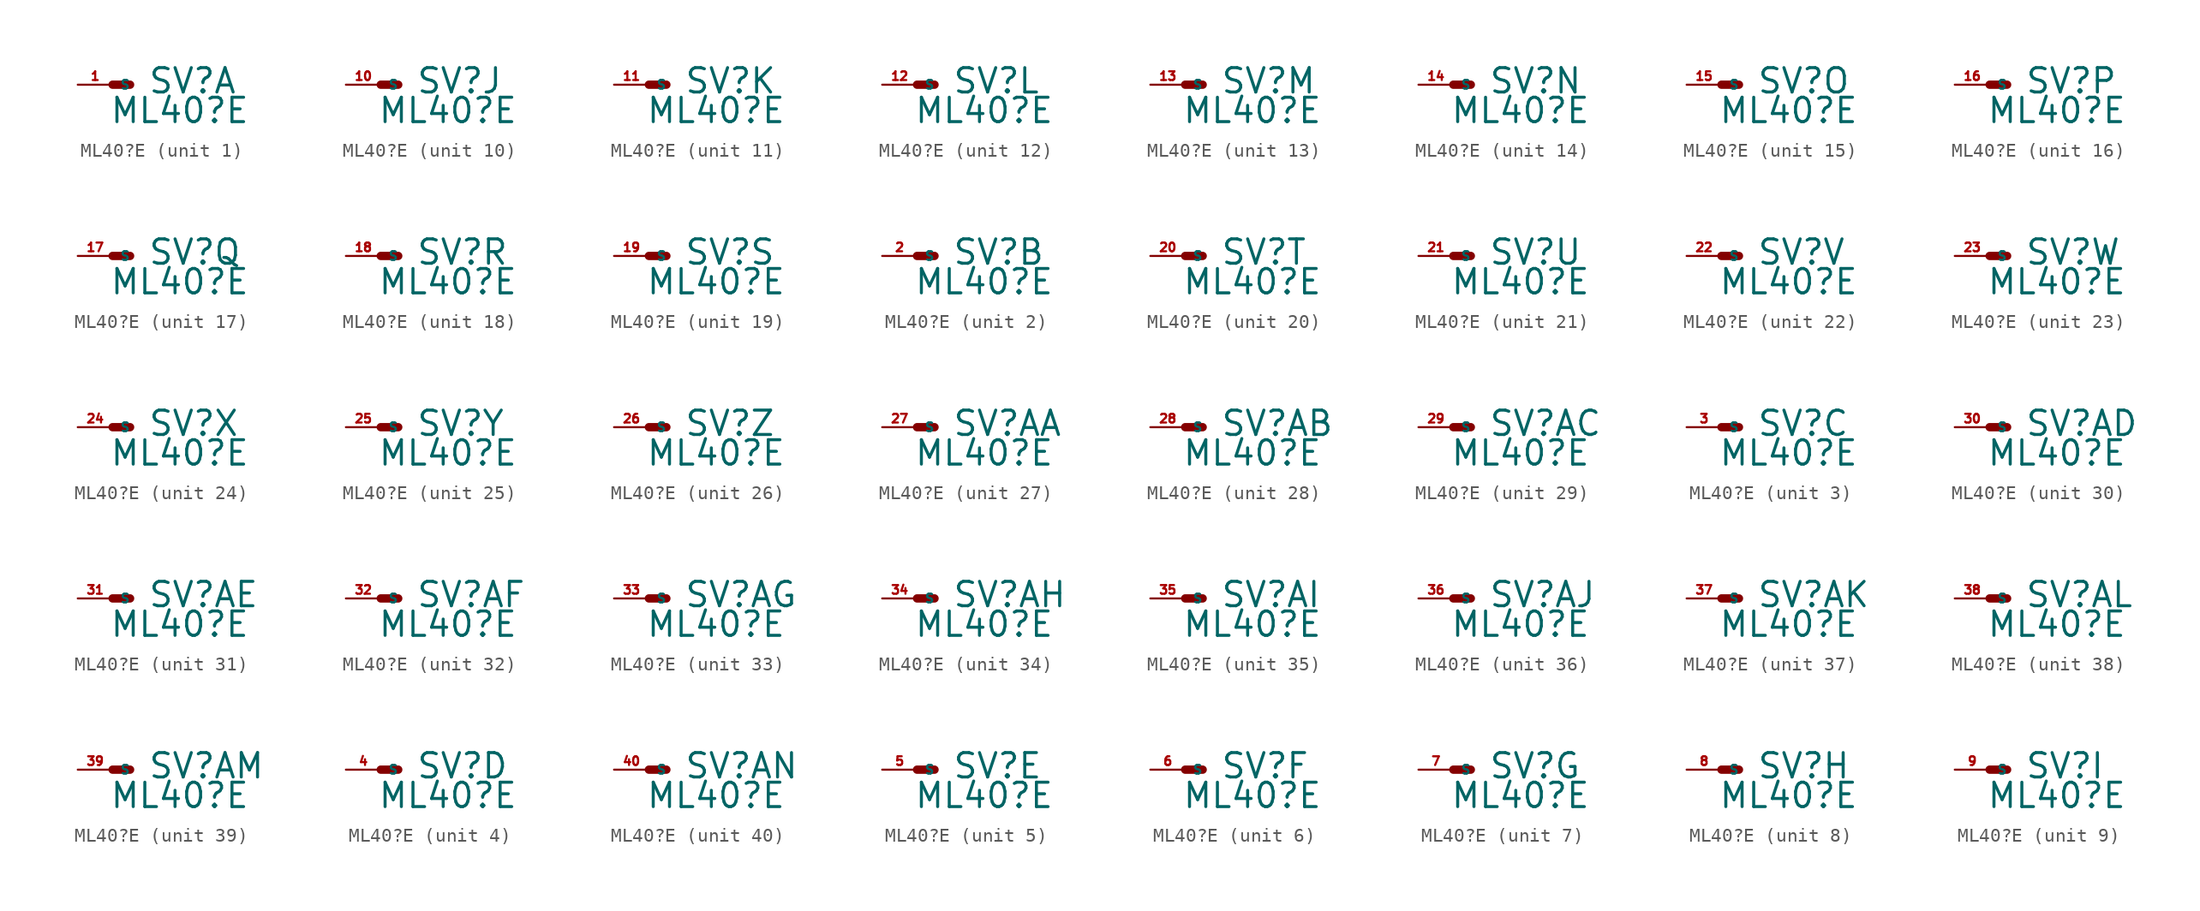
<source format=kicad_sym>
(kicad_symbol_lib
  (version 20220914)
  (generator Eagle2Kicad)
  (symbol "ML40?E"
    (property "Reference" "SV"
      (at 2.54 -0.762 0)
      (effects (font (size 1.778 1.778) (thickness 0.22)) (justify left bottom)))
    (property "Value" "ML40?E"
      (at -0.254 -2.921 0)
      (effects (font (size 1.778 1.778) (thickness 0.22)) (justify left bottom)))
    (symbol "ML40?E_1_0"
      (polyline (pts (xy 1.27 0) (xy 0 0)) (stroke (width 0.61) (type default)) (fill (type none)))
      (pin passive line (at -2.54 0 0) (length 2.54) (name "S" (effects (font (size 0.635 0.635) (thickness 0.08)) (justify left bottom))) (number "1" (effects (font (size 0.635 0.635) (thickness 0.08)) (justify left bottom)))))
    (symbol "ML40?E_2_0"
      (polyline (pts (xy 1.27 0) (xy 0 0)) (stroke (width 0.61) (type default)) (fill (type none)))
      (pin passive line (at -2.54 0 0) (length 2.54) (name "S" (effects (font (size 0.635 0.635) (thickness 0.08)) (justify left bottom))) (number "2" (effects (font (size 0.635 0.635) (thickness 0.08)) (justify left bottom)))))
    (symbol "ML40?E_3_0"
      (polyline (pts (xy 1.27 0) (xy 0 0)) (stroke (width 0.61) (type default)) (fill (type none)))
      (pin passive line (at -2.54 0 0) (length 2.54) (name "S" (effects (font (size 0.635 0.635) (thickness 0.08)) (justify left bottom))) (number "3" (effects (font (size 0.635 0.635) (thickness 0.08)) (justify left bottom)))))
    (symbol "ML40?E_4_0"
      (polyline (pts (xy 1.27 0) (xy 0 0)) (stroke (width 0.61) (type default)) (fill (type none)))
      (pin passive line (at -2.54 0 0) (length 2.54) (name "S" (effects (font (size 0.635 0.635) (thickness 0.08)) (justify left bottom))) (number "4" (effects (font (size 0.635 0.635) (thickness 0.08)) (justify left bottom)))))
    (symbol "ML40?E_5_0"
      (polyline (pts (xy 1.27 0) (xy 0 0)) (stroke (width 0.61) (type default)) (fill (type none)))
      (pin passive line (at -2.54 0 0) (length 2.54) (name "S" (effects (font (size 0.635 0.635) (thickness 0.08)) (justify left bottom))) (number "5" (effects (font (size 0.635 0.635) (thickness 0.08)) (justify left bottom)))))
    (symbol "ML40?E_6_0"
      (polyline (pts (xy 1.27 0) (xy 0 0)) (stroke (width 0.61) (type default)) (fill (type none)))
      (pin passive line (at -2.54 0 0) (length 2.54) (name "S" (effects (font (size 0.635 0.635) (thickness 0.08)) (justify left bottom))) (number "6" (effects (font (size 0.635 0.635) (thickness 0.08)) (justify left bottom)))))
    (symbol "ML40?E_7_0"
      (polyline (pts (xy 1.27 0) (xy 0 0)) (stroke (width 0.61) (type default)) (fill (type none)))
      (pin passive line (at -2.54 0 0) (length 2.54) (name "S" (effects (font (size 0.635 0.635) (thickness 0.08)) (justify left bottom))) (number "7" (effects (font (size 0.635 0.635) (thickness 0.08)) (justify left bottom)))))
    (symbol "ML40?E_8_0"
      (polyline (pts (xy 1.27 0) (xy 0 0)) (stroke (width 0.61) (type default)) (fill (type none)))
      (pin passive line (at -2.54 0 0) (length 2.54) (name "S" (effects (font (size 0.635 0.635) (thickness 0.08)) (justify left bottom))) (number "8" (effects (font (size 0.635 0.635) (thickness 0.08)) (justify left bottom)))))
    (symbol "ML40?E_9_0"
      (polyline (pts (xy 1.27 0) (xy 0 0)) (stroke (width 0.61) (type default)) (fill (type none)))
      (pin passive line (at -2.54 0 0) (length 2.54) (name "S" (effects (font (size 0.635 0.635) (thickness 0.08)) (justify left bottom))) (number "9" (effects (font (size 0.635 0.635) (thickness 0.08)) (justify left bottom)))))
    (symbol "ML40?E_10_0"
      (polyline (pts (xy 1.27 0) (xy 0 0)) (stroke (width 0.61) (type default)) (fill (type none)))
      (pin passive line (at -2.54 0 0) (length 2.54) (name "S" (effects (font (size 0.635 0.635) (thickness 0.08)) (justify left bottom))) (number "10" (effects (font (size 0.635 0.635) (thickness 0.08)) (justify left bottom)))))
    (symbol "ML40?E_11_0"
      (polyline (pts (xy 1.27 0) (xy 0 0)) (stroke (width 0.61) (type default)) (fill (type none)))
      (pin passive line (at -2.54 0 0) (length 2.54) (name "S" (effects (font (size 0.635 0.635) (thickness 0.08)) (justify left bottom))) (number "11" (effects (font (size 0.635 0.635) (thickness 0.08)) (justify left bottom)))))
    (symbol "ML40?E_12_0"
      (polyline (pts (xy 1.27 0) (xy 0 0)) (stroke (width 0.61) (type default)) (fill (type none)))
      (pin passive line (at -2.54 0 0) (length 2.54) (name "S" (effects (font (size 0.635 0.635) (thickness 0.08)) (justify left bottom))) (number "12" (effects (font (size 0.635 0.635) (thickness 0.08)) (justify left bottom)))))
    (symbol "ML40?E_13_0"
      (polyline (pts (xy 1.27 0) (xy 0 0)) (stroke (width 0.61) (type default)) (fill (type none)))
      (pin passive line (at -2.54 0 0) (length 2.54) (name "S" (effects (font (size 0.635 0.635) (thickness 0.08)) (justify left bottom))) (number "13" (effects (font (size 0.635 0.635) (thickness 0.08)) (justify left bottom)))))
    (symbol "ML40?E_14_0"
      (polyline (pts (xy 1.27 0) (xy 0 0)) (stroke (width 0.61) (type default)) (fill (type none)))
      (pin passive line (at -2.54 0 0) (length 2.54) (name "S" (effects (font (size 0.635 0.635) (thickness 0.08)) (justify left bottom))) (number "14" (effects (font (size 0.635 0.635) (thickness 0.08)) (justify left bottom)))))
    (symbol "ML40?E_15_0"
      (polyline (pts (xy 1.27 0) (xy 0 0)) (stroke (width 0.61) (type default)) (fill (type none)))
      (pin passive line (at -2.54 0 0) (length 2.54) (name "S" (effects (font (size 0.635 0.635) (thickness 0.08)) (justify left bottom))) (number "15" (effects (font (size 0.635 0.635) (thickness 0.08)) (justify left bottom)))))
    (symbol "ML40?E_16_0"
      (polyline (pts (xy 1.27 0) (xy 0 0)) (stroke (width 0.61) (type default)) (fill (type none)))
      (pin passive line (at -2.54 0 0) (length 2.54) (name "S" (effects (font (size 0.635 0.635) (thickness 0.08)) (justify left bottom))) (number "16" (effects (font (size 0.635 0.635) (thickness 0.08)) (justify left bottom)))))
    (symbol "ML40?E_17_0"
      (polyline (pts (xy 1.27 0) (xy 0 0)) (stroke (width 0.61) (type default)) (fill (type none)))
      (pin passive line (at -2.54 0 0) (length 2.54) (name "S" (effects (font (size 0.635 0.635) (thickness 0.08)) (justify left bottom))) (number "17" (effects (font (size 0.635 0.635) (thickness 0.08)) (justify left bottom)))))
    (symbol "ML40?E_18_0"
      (polyline (pts (xy 1.27 0) (xy 0 0)) (stroke (width 0.61) (type default)) (fill (type none)))
      (pin passive line (at -2.54 0 0) (length 2.54) (name "S" (effects (font (size 0.635 0.635) (thickness 0.08)) (justify left bottom))) (number "18" (effects (font (size 0.635 0.635) (thickness 0.08)) (justify left bottom)))))
    (symbol "ML40?E_19_0"
      (polyline (pts (xy 1.27 0) (xy 0 0)) (stroke (width 0.61) (type default)) (fill (type none)))
      (pin passive line (at -2.54 0 0) (length 2.54) (name "S" (effects (font (size 0.635 0.635) (thickness 0.08)) (justify left bottom))) (number "19" (effects (font (size 0.635 0.635) (thickness 0.08)) (justify left bottom)))))
    (symbol "ML40?E_20_0"
      (polyline (pts (xy 1.27 0) (xy 0 0)) (stroke (width 0.61) (type default)) (fill (type none)))
      (pin passive line (at -2.54 0 0) (length 2.54) (name "S" (effects (font (size 0.635 0.635) (thickness 0.08)) (justify left bottom))) (number "20" (effects (font (size 0.635 0.635) (thickness 0.08)) (justify left bottom)))))
    (symbol "ML40?E_21_0"
      (polyline (pts (xy 1.27 0) (xy 0 0)) (stroke (width 0.61) (type default)) (fill (type none)))
      (pin passive line (at -2.54 0 0) (length 2.54) (name "S" (effects (font (size 0.635 0.635) (thickness 0.08)) (justify left bottom))) (number "21" (effects (font (size 0.635 0.635) (thickness 0.08)) (justify left bottom)))))
    (symbol "ML40?E_22_0"
      (polyline (pts (xy 1.27 0) (xy 0 0)) (stroke (width 0.61) (type default)) (fill (type none)))
      (pin passive line (at -2.54 0 0) (length 2.54) (name "S" (effects (font (size 0.635 0.635) (thickness 0.08)) (justify left bottom))) (number "22" (effects (font (size 0.635 0.635) (thickness 0.08)) (justify left bottom)))))
    (symbol "ML40?E_23_0"
      (polyline (pts (xy 1.27 0) (xy 0 0)) (stroke (width 0.61) (type default)) (fill (type none)))
      (pin passive line (at -2.54 0 0) (length 2.54) (name "S" (effects (font (size 0.635 0.635) (thickness 0.08)) (justify left bottom))) (number "23" (effects (font (size 0.635 0.635) (thickness 0.08)) (justify left bottom)))))
    (symbol "ML40?E_24_0"
      (polyline (pts (xy 1.27 0) (xy 0 0)) (stroke (width 0.61) (type default)) (fill (type none)))
      (pin passive line (at -2.54 0 0) (length 2.54) (name "S" (effects (font (size 0.635 0.635) (thickness 0.08)) (justify left bottom))) (number "24" (effects (font (size 0.635 0.635) (thickness 0.08)) (justify left bottom)))))
    (symbol "ML40?E_25_0"
      (polyline (pts (xy 1.27 0) (xy 0 0)) (stroke (width 0.61) (type default)) (fill (type none)))
      (pin passive line (at -2.54 0 0) (length 2.54) (name "S" (effects (font (size 0.635 0.635) (thickness 0.08)) (justify left bottom))) (number "25" (effects (font (size 0.635 0.635) (thickness 0.08)) (justify left bottom)))))
    (symbol "ML40?E_26_0"
      (polyline (pts (xy 1.27 0) (xy 0 0)) (stroke (width 0.61) (type default)) (fill (type none)))
      (pin passive line (at -2.54 0 0) (length 2.54) (name "S" (effects (font (size 0.635 0.635) (thickness 0.08)) (justify left bottom))) (number "26" (effects (font (size 0.635 0.635) (thickness 0.08)) (justify left bottom)))))
    (symbol "ML40?E_27_0"
      (polyline (pts (xy 1.27 0) (xy 0 0)) (stroke (width 0.61) (type default)) (fill (type none)))
      (pin passive line (at -2.54 0 0) (length 2.54) (name "S" (effects (font (size 0.635 0.635) (thickness 0.08)) (justify left bottom))) (number "27" (effects (font (size 0.635 0.635) (thickness 0.08)) (justify left bottom)))))
    (symbol "ML40?E_28_0"
      (polyline (pts (xy 1.27 0) (xy 0 0)) (stroke (width 0.61) (type default)) (fill (type none)))
      (pin passive line (at -2.54 0 0) (length 2.54) (name "S" (effects (font (size 0.635 0.635) (thickness 0.08)) (justify left bottom))) (number "28" (effects (font (size 0.635 0.635) (thickness 0.08)) (justify left bottom)))))
    (symbol "ML40?E_29_0"
      (polyline (pts (xy 1.27 0) (xy 0 0)) (stroke (width 0.61) (type default)) (fill (type none)))
      (pin passive line (at -2.54 0 0) (length 2.54) (name "S" (effects (font (size 0.635 0.635) (thickness 0.08)) (justify left bottom))) (number "29" (effects (font (size 0.635 0.635) (thickness 0.08)) (justify left bottom)))))
    (symbol "ML40?E_30_0"
      (polyline (pts (xy 1.27 0) (xy 0 0)) (stroke (width 0.61) (type default)) (fill (type none)))
      (pin passive line (at -2.54 0 0) (length 2.54) (name "S" (effects (font (size 0.635 0.635) (thickness 0.08)) (justify left bottom))) (number "30" (effects (font (size 0.635 0.635) (thickness 0.08)) (justify left bottom)))))
    (symbol "ML40?E_31_0"
      (polyline (pts (xy 1.27 0) (xy 0 0)) (stroke (width 0.61) (type default)) (fill (type none)))
      (pin passive line (at -2.54 0 0) (length 2.54) (name "S" (effects (font (size 0.635 0.635) (thickness 0.08)) (justify left bottom))) (number "31" (effects (font (size 0.635 0.635) (thickness 0.08)) (justify left bottom)))))
    (symbol "ML40?E_32_0"
      (polyline (pts (xy 1.27 0) (xy 0 0)) (stroke (width 0.61) (type default)) (fill (type none)))
      (pin passive line (at -2.54 0 0) (length 2.54) (name "S" (effects (font (size 0.635 0.635) (thickness 0.08)) (justify left bottom))) (number "32" (effects (font (size 0.635 0.635) (thickness 0.08)) (justify left bottom)))))
    (symbol "ML40?E_33_0"
      (polyline (pts (xy 1.27 0) (xy 0 0)) (stroke (width 0.61) (type default)) (fill (type none)))
      (pin passive line (at -2.54 0 0) (length 2.54) (name "S" (effects (font (size 0.635 0.635) (thickness 0.08)) (justify left bottom))) (number "33" (effects (font (size 0.635 0.635) (thickness 0.08)) (justify left bottom)))))
    (symbol "ML40?E_34_0"
      (polyline (pts (xy 1.27 0) (xy 0 0)) (stroke (width 0.61) (type default)) (fill (type none)))
      (pin passive line (at -2.54 0 0) (length 2.54) (name "S" (effects (font (size 0.635 0.635) (thickness 0.08)) (justify left bottom))) (number "34" (effects (font (size 0.635 0.635) (thickness 0.08)) (justify left bottom)))))
    (symbol "ML40?E_35_0"
      (polyline (pts (xy 1.27 0) (xy 0 0)) (stroke (width 0.61) (type default)) (fill (type none)))
      (pin passive line (at -2.54 0 0) (length 2.54) (name "S" (effects (font (size 0.635 0.635) (thickness 0.08)) (justify left bottom))) (number "35" (effects (font (size 0.635 0.635) (thickness 0.08)) (justify left bottom)))))
    (symbol "ML40?E_36_0"
      (polyline (pts (xy 1.27 0) (xy 0 0)) (stroke (width 0.61) (type default)) (fill (type none)))
      (pin passive line (at -2.54 0 0) (length 2.54) (name "S" (effects (font (size 0.635 0.635) (thickness 0.08)) (justify left bottom))) (number "36" (effects (font (size 0.635 0.635) (thickness 0.08)) (justify left bottom)))))
    (symbol "ML40?E_37_0"
      (polyline (pts (xy 1.27 0) (xy 0 0)) (stroke (width 0.61) (type default)) (fill (type none)))
      (pin passive line (at -2.54 0 0) (length 2.54) (name "S" (effects (font (size 0.635 0.635) (thickness 0.08)) (justify left bottom))) (number "37" (effects (font (size 0.635 0.635) (thickness 0.08)) (justify left bottom)))))
    (symbol "ML40?E_38_0"
      (polyline (pts (xy 1.27 0) (xy 0 0)) (stroke (width 0.61) (type default)) (fill (type none)))
      (pin passive line (at -2.54 0 0) (length 2.54) (name "S" (effects (font (size 0.635 0.635) (thickness 0.08)) (justify left bottom))) (number "38" (effects (font (size 0.635 0.635) (thickness 0.08)) (justify left bottom)))))
    (symbol "ML40?E_39_0"
      (polyline (pts (xy 1.27 0) (xy 0 0)) (stroke (width 0.61) (type default)) (fill (type none)))
      (pin passive line (at -2.54 0 0) (length 2.54) (name "S" (effects (font (size 0.635 0.635) (thickness 0.08)) (justify left bottom))) (number "39" (effects (font (size 0.635 0.635) (thickness 0.08)) (justify left bottom)))))
    (symbol "ML40?E_40_0"
      (polyline (pts (xy 1.27 0) (xy 0 0)) (stroke (width 0.61) (type default)) (fill (type none)))
      (pin passive line (at -2.54 0 0) (length 2.54) (name "S" (effects (font (size 0.635 0.635) (thickness 0.08)) (justify left bottom))) (number "40" (effects (font (size 0.635 0.635) (thickness 0.08)) (justify left bottom)))))))
</source>
